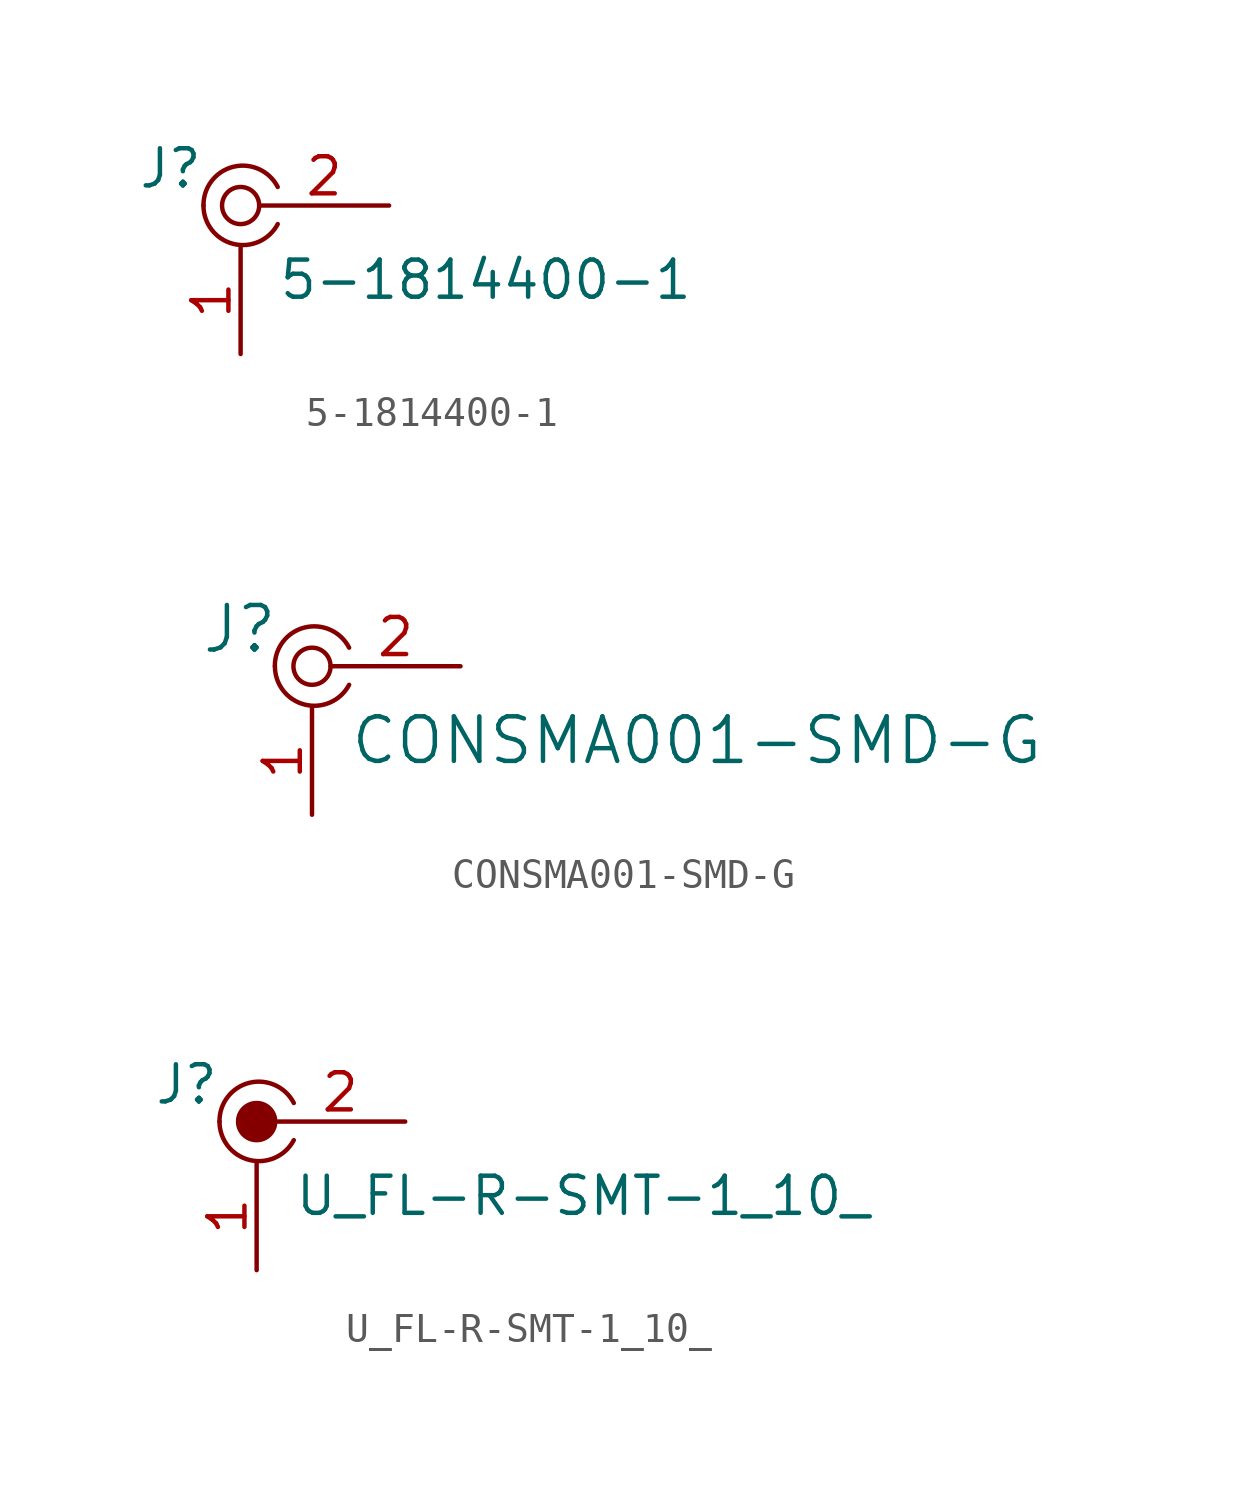
<source format=kicad_sym>
(kicad_symbol_lib
  (version 20220914)
  (generator kicad_symbol_editor)
  (symbol "5-1814400-1"
    (pin_names
      (offset 1.016))
    (property "Reference" "J"
      (at -1.27 1.27 0)
      (effects (font (size 1.27 1.27)) (justify right)))
    (property "Value" "5-1814400-1"
      (at 1.27 -2.54 0)
      (effects (font (size 1.27 1.27)) (justify left)))
    (symbol "5-1814400-1_1_1"
      (arc (start -1.27 0) (mid -0.2651 -1.3081) (end 1.27 -0.635) (stroke (width 0) (type solid)) (fill (type none)))
      (circle (center 0 0) (radius 0.635) (stroke (width 0) (type solid)) (fill (type none)))
      (arc (start 1.27 0.635) (mid -0.2496 1.3256) (end -1.27 0) (stroke (width 0) (type solid)) (fill (type none)))
      (pin passive line (at 0 -5.08 90) (length 3.683) (name "~" (effects (font (size 1.27 1.27)))) (number "1" (effects (font (size 1.27 1.27)))))
      (pin passive line (at 5.08 0 180) (length 4.445) (name "~" (effects (font (size 1.27 1.27)))) (number "2" (effects (font (size 1.27 1.27)))))))
  (symbol "CONSMA001-SMD-G"
    (pin_names
      (offset 1.016))
    (property "Reference" "J"
      (at -3.81 1.27 0)
      (effects (font (size 1.524 1.524)) (justify left)))
    (property "Value" "CONSMA001-SMD-G"
      (at 1.27 -2.54 0)
      (effects (font (size 1.524 1.524)) (justify left)))
    (symbol "CONSMA001-SMD-G_0_1"
      (arc (start -1.27 0) (mid -0.2651 -1.3081) (end 1.27 -0.635) (stroke (width 0) (type solid)) (fill (type none)))
      (circle (center 0 0) (radius 0.635) (stroke (width 0) (type solid)) (fill (type none)))
      (arc (start 1.27 0.635) (mid -0.2496 1.3256) (end -1.27 0) (stroke (width 0) (type solid)) (fill (type none))))
    (symbol "CONSMA001-SMD-G_1_1"
      (pin passive line (at 0 -5.08 90) (length 3.683) (name "~" (effects (font (size 1.27 1.27)))) (number "1" (effects (font (size 1.27 1.27)))))
      (pin passive line (at 5.08 0 180) (length 4.445) (name "~" (effects (font (size 1.27 1.27)))) (number "2" (effects (font (size 1.27 1.27)))))))
  (symbol "U_FL-R-SMT-1_10_"
    (pin_names
      (offset 1.016))
    (property "Reference" "J"
      (at -1.27 1.27 0)
      (effects (font (size 1.27 1.27)) (justify right)))
    (property "Value" "U_FL-R-SMT-1_10_"
      (at 1.27 -2.54 0)
      (effects (font (size 1.27 1.27)) (justify left)))
    (symbol "U_FL-R-SMT-1_10__1_1"
      (arc (start -1.27 0) (mid -0.2651 -1.3081) (end 1.27 -0.635) (stroke (width 0) (type solid)) (fill (type none)))
      (circle (center 0 0) (radius 0.635) (stroke (width 0) (type solid)) (fill (type outline)))
      (arc (start 1.27 0.635) (mid -0.2496 1.3256) (end -1.27 0) (stroke (width 0) (type solid)) (fill (type none)))
      (pin passive line (at 0 -5.08 90) (length 3.683) (name "~" (effects (font (size 1.27 1.27)))) (number "1" (effects (font (size 1.27 1.27)))))
      (pin passive line (at 5.08 0 180) (length 4.445) (name "~" (effects (font (size 1.27 1.27)))) (number "2" (effects (font (size 1.27 1.27))))))))
</source>
